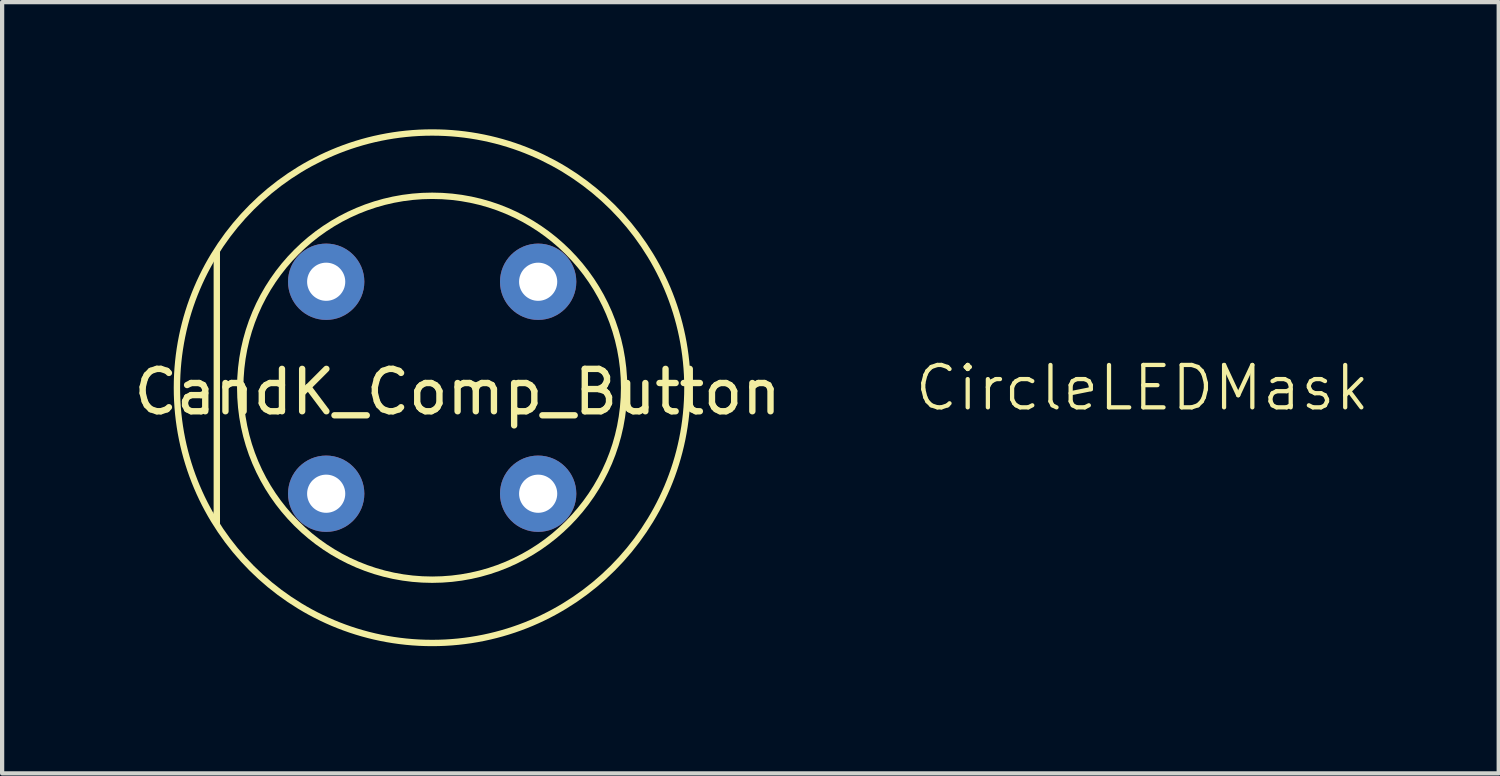
<source format=kicad_pcb>
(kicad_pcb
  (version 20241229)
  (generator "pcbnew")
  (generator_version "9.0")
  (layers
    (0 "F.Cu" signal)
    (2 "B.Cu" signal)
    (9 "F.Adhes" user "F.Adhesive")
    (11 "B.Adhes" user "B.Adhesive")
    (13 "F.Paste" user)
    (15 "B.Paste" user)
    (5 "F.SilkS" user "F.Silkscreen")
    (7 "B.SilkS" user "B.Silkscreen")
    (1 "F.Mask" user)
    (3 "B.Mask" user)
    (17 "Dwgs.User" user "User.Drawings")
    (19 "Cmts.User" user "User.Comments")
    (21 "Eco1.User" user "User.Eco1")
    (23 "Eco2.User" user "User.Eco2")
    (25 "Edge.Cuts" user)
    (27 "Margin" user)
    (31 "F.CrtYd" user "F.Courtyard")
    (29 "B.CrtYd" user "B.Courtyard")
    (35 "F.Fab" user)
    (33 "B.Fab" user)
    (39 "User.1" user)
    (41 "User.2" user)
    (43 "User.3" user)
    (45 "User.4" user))
  (footprint "CandK_Comp_Button"
    (layer "F.Cu")
    (at 7.144 6.096)
    (property "Reference" "CandK_Comp_Button" (at 0.6 0.1 0) (layer "F.SilkS") (effects (font (size 1 1) (thickness 0.15))))
    (attr through_hole)
    (fp_line (start -5.08 -3.202) (end -5.08 3.148) (stroke (width 0.15) (type solid)) (layer "F.SilkS"))
    (fp_line (start -5.08 2.948) (end -5.08 3.202) (stroke (width 0.15) (type solid)) (layer "F.SilkS"))
    (fp_circle (center 0 0) (end -0.5 -4.5) (stroke (width 0.15) (type solid)) (fill no) (layer "F.SilkS"))
    (fp_circle (center 0 0) (end 0.5 -6) (stroke (width 0.15) (type solid)) (fill no) (layer "F.SilkS"))
    (pad "1" thru_hole circle (at -2.5 -2.5) (size 1.8 1.8) (drill 0.9) (layers "*.Cu" "*.Mask"))
    (pad "1" thru_hole circle (at 2.5 -2.5) (size 1.8 1.8) (drill 0.9) (layers "*.Cu" "*.Mask"))
    (pad "2" thru_hole circle (at -2.5 2.5) (size 1.8 1.8) (drill 0.9) (layers "*.Cu" "*.Mask"))
    (pad "2" thru_hole circle (at 2.5 2.5) (size 1.8 1.8) (drill 0.9) (layers "*.Cu" "*.Mask")))
  (footprint "CircleLEDMask"
    (layer "F.Cu")
    (at 23.895 6.601)
    (property "Reference" "CircleLEDMask" (at 0 -0.5 0) (unlocked yes) (layer "F.SilkS") (effects (font (size 1 1) (thickness 0.1))))
    (attr smd)
    (fp_poly (pts (xy 0.261 -6.407) (xy 0.506 -6.391) (xy 0.749 -6.364) (xy 0.99 -6.328) (xy 1.461 -6.227) (xy 1.917 -6.09) (xy 2.355 -5.921) (xy 2.771 -5.724) (xy 3.162 -5.5) (xy 3.524 -5.252) (xy 3.856 -4.985) (xy 4.153 -4.701) (xy 4.412 -4.402) (xy 4.631 -4.092) (xy 4.724 -3.934) (xy 4.805 -3.775) (xy 4.875 -3.614) (xy 4.933 -3.452) (xy 4.978 -3.289) (xy 5.01 -3.127) (xy 5.028 -2.965) (xy 5.033 -2.803) (xy 5.011 -2.471) (xy 4.957 -2.122) (xy 4.873 -1.76) (xy 4.764 -1.389) (xy 4.632 -1.013) (xy 4.481 -0.636) (xy 4.314 -0.262) (xy 4.135 0.105) (xy 3.947 0.461) (xy 3.753 0.803) (xy 3.557 1.126) (xy 3.362 1.426) (xy 3.171 1.699) (xy 2.988 1.941) (xy 2.817 2.15) (xy 2.659 2.319) (xy 2.508 2.468) (xy 2.353 2.615) (xy 2.194 2.76) (xy 2.032 2.902) (xy 1.867 3.039) (xy 1.699 3.17) (xy 1.53 3.294) (xy 1.36 3.41) (xy 1.189 3.517) (xy 1.018 3.613) (xy 0.847 3.698) (xy 0.677 3.77) (xy 0.508 3.828) (xy 0.424 3.851) (xy 0.341 3.871) (xy 0.258 3.886) (xy 0.176 3.897) (xy 0.094 3.904) (xy 0.013 3.906) (xy -0.068 3.877) (xy -0.151 3.791) (xy -0.235 3.651) (xy -0.319 3.463) (xy -0.486 2.954) (xy -0.646 2.294) (xy -0.793 1.513) (xy -0.921 0.642) (xy -1.026 -0.291) (xy -1.102 -1.253) (xy -1.142 -2.215) (xy -1.143 -3.147) (xy -1.097 -4.019) (xy -1 -4.8) (xy -0.93 -5.147) (xy -0.846 -5.46) (xy -0.746 -5.735) (xy -0.629 -5.969) (xy -0.496 -6.157) (xy -0.345 -6.296) (xy -0.175 -6.383) (xy 0.013 -6.412) (xy 0.013 -6.412)) (stroke (width 0) (type solid)) (fill yes) (layer "F.Mask"))
    (fp_poly (pts (xy 0.013 -6.412) (xy 0.202 -6.382) (xy 0.372 -6.296) (xy 0.523 -6.157) (xy 0.656 -5.969) (xy 0.773 -5.735) (xy 0.873 -5.46) (xy 0.957 -5.147) (xy 1.027 -4.8) (xy 1.124 -4.019) (xy 1.17 -3.147) (xy 1.169 -2.215) (xy 1.129 -1.253) (xy 1.053 -0.29) (xy 0.948 0.642) (xy 0.82 1.513) (xy 0.673 2.294) (xy 0.513 2.954) (xy 0.346 3.463) (xy 0.262 3.651) (xy 0.178 3.791) (xy 0.095 3.877) (xy 0.013 3.906) (xy -0.067 3.904) (xy -0.149 3.897) (xy -0.231 3.886) (xy -0.314 3.871) (xy -0.481 3.828) (xy -0.65 3.77) (xy -0.82 3.698) (xy -0.991 3.613) (xy -1.162 3.517) (xy -1.334 3.41) (xy -1.504 3.294) (xy -1.673 3.17) (xy -1.84 3.039) (xy -2.005 2.902) (xy -2.167 2.76) (xy -2.327 2.615) (xy -2.482 2.467) (xy -2.633 2.319) (xy -2.79 2.149) (xy -2.962 1.941) (xy -3.145 1.699) (xy -3.335 1.425) (xy -3.53 1.125) (xy -3.726 0.803) (xy -3.92 0.461) (xy -4.108 0.105) (xy -4.288 -0.262) (xy -4.454 -0.636) (xy -4.605 -1.013) (xy -4.737 -1.389) (xy -4.846 -1.76) (xy -4.93 -2.121) (xy -4.961 -2.298) (xy -4.984 -2.47) (xy -4.999 -2.639) (xy -5.006 -2.803) (xy -5.001 -2.964) (xy -4.983 -3.126) (xy -4.951 -3.289) (xy -4.906 -3.451) (xy -4.848 -3.613) (xy -4.778 -3.774) (xy -4.697 -3.934) (xy -4.604 -4.092) (xy -4.5 -4.248) (xy -4.385 -4.401) (xy -4.26 -4.552) (xy -4.126 -4.7) (xy -3.982 -4.844) (xy -3.829 -4.985) (xy -3.667 -5.121) (xy -3.497 -5.252) (xy -3.32 -5.378) (xy -3.134 -5.499) (xy -2.942 -5.614) (xy -2.744 -5.723) (xy -2.539 -5.826) (xy -2.328 -5.921) (xy -2.112 -6.009) (xy -1.89 -6.09) (xy -1.664 -6.162) (xy -1.434 -6.226) (xy -1.2 -6.281) (xy -0.963 -6.327) (xy -0.722 -6.364) (xy -0.479 -6.39) (xy -0.234 -6.406) (xy 0.013 -6.412)) (stroke (width 0) (type solid)) (fill yes) (layer "F.Mask"))
    (fp_poly (pts (xy -0.261 -6.407) (xy -0.506 -6.391) (xy -0.749 -6.364) (xy -0.99 -6.328) (xy -1.461 -6.227) (xy -1.917 -6.09) (xy -2.355 -5.921) (xy -2.771 -5.724) (xy -3.162 -5.5) (xy -3.524 -5.252) (xy -3.856 -4.985) (xy -4.153 -4.701) (xy -4.412 -4.402) (xy -4.631 -4.092) (xy -4.724 -3.934) (xy -4.805 -3.775) (xy -4.875 -3.614) (xy -4.933 -3.452) (xy -4.978 -3.289) (xy -5.01 -3.127) (xy -5.028 -2.965) (xy -5.033 -2.803) (xy -5.011 -2.471) (xy -4.957 -2.122) (xy -4.873 -1.76) (xy -4.764 -1.389) (xy -4.632 -1.013) (xy -4.481 -0.636) (xy -4.314 -0.262) (xy -4.135 0.105) (xy -3.947 0.461) (xy -3.753 0.803) (xy -3.557 1.126) (xy -3.362 1.426) (xy -3.171 1.699) (xy -2.988 1.941) (xy -2.817 2.15) (xy -2.659 2.319) (xy -2.508 2.468) (xy -2.353 2.615) (xy -2.194 2.76) (xy -2.032 2.902) (xy -1.867 3.039) (xy -1.699 3.17) (xy -1.53 3.294) (xy -1.36 3.41) (xy -1.189 3.517) (xy -1.018 3.613) (xy -0.847 3.698) (xy -0.677 3.77) (xy -0.508 3.828) (xy -0.424 3.851) (xy -0.341 3.871) (xy -0.258 3.886) (xy -0.176 3.897) (xy -0.094 3.904) (xy -0.013 3.906) (xy 0.068 3.877) (xy 0.151 3.791) (xy 0.235 3.651) (xy 0.319 3.463) (xy 0.486 2.954) (xy 0.646 2.294) (xy 0.793 1.513) (xy 0.921 0.642) (xy 1.026 -0.291) (xy 1.102 -1.253) (xy 1.142 -2.215) (xy 1.143 -3.147) (xy 1.097 -4.019) (xy 1 -4.8) (xy 0.93 -5.147) (xy 0.846 -5.46) (xy 0.746 -5.735) (xy 0.629 -5.969) (xy 0.496 -6.157) (xy 0.345 -6.296) (xy 0.175 -6.383) (xy -0.013 -6.412) (xy -0.013 -6.412)) (stroke (width 0) (type solid)) (fill yes) (layer "B.Mask"))
    (fp_poly (pts (xy -0.013 -6.412) (xy -0.202 -6.382) (xy -0.372 -6.296) (xy -0.523 -6.157) (xy -0.656 -5.969) (xy -0.773 -5.735) (xy -0.873 -5.46) (xy -0.957 -5.147) (xy -1.027 -4.8) (xy -1.124 -4.019) (xy -1.17 -3.147) (xy -1.169 -2.215) (xy -1.129 -1.253) (xy -1.053 -0.29) (xy -0.948 0.642) (xy -0.82 1.513) (xy -0.673 2.294) (xy -0.513 2.954) (xy -0.346 3.463) (xy -0.262 3.651) (xy -0.178 3.791) (xy -0.095 3.877) (xy -0.013 3.906) (xy 0.067 3.904) (xy 0.149 3.897) (xy 0.231 3.886) (xy 0.314 3.871) (xy 0.481 3.828) (xy 0.65 3.77) (xy 0.82 3.698) (xy 0.991 3.613) (xy 1.162 3.517) (xy 1.334 3.41) (xy 1.504 3.294) (xy 1.673 3.17) (xy 1.84 3.039) (xy 2.005 2.902) (xy 2.167 2.76) (xy 2.327 2.615) (xy 2.482 2.467) (xy 2.633 2.319) (xy 2.79 2.149) (xy 2.962 1.941) (xy 3.145 1.699) (xy 3.335 1.425) (xy 3.53 1.125) (xy 3.726 0.803) (xy 3.92 0.461) (xy 4.108 0.105) (xy 4.288 -0.262) (xy 4.454 -0.636) (xy 4.605 -1.013) (xy 4.737 -1.389) (xy 4.846 -1.76) (xy 4.93 -2.121) (xy 4.961 -2.298) (xy 4.984 -2.47) (xy 4.999 -2.639) (xy 5.006 -2.803) (xy 5.001 -2.964) (xy 4.983 -3.126) (xy 4.951 -3.289) (xy 4.906 -3.451) (xy 4.848 -3.613) (xy 4.778 -3.774) (xy 4.697 -3.934) (xy 4.604 -4.092) (xy 4.5 -4.248) (xy 4.385 -4.401) (xy 4.26 -4.552) (xy 4.126 -4.7) (xy 3.982 -4.844) (xy 3.829 -4.985) (xy 3.667 -5.121) (xy 3.497 -5.252) (xy 3.32 -5.378) (xy 3.134 -5.499) (xy 2.942 -5.614) (xy 2.744 -5.723) (xy 2.539 -5.826) (xy 2.328 -5.921) (xy 2.112 -6.009) (xy 1.89 -6.09) (xy 1.664 -6.162) (xy 1.434 -6.226) (xy 1.2 -6.281) (xy 0.963 -6.327) (xy 0.722 -6.364) (xy 0.479 -6.39) (xy 0.234 -6.406) (xy -0.013 -6.412)) (stroke (width 0) (type solid)) (fill yes) (layer "B.Mask"))
    (zone (net_name "") (layers "F.Cu" "B.Cu") (hatch edge 0.5) (connect_pads) (min_thickness 0.25) (filled_areas_thickness no) (keepout (tracks allowed) (vias allowed) (pads allowed) (copperpour not_allowed) (footprints allowed)) (placement (enabled no)) (fill) (polygon (pts (xy 23.91 0.002) (xy 24.099 0.032) (xy 24.159 0.051) (xy 24.328 0.138) (xy 24.373 0.169) (xy 24.524 0.308) (xy 24.552 0.339) (xy 24.686 0.528) (xy 24.701 0.554) (xy 24.818 0.788) (xy 24.827 0.809) (xy 24.927 1.084) (xy 24.932 1.1) (xy 25.017 1.413) (xy 25.02 1.426) (xy 25.089 1.773) (xy 25.091 1.788) (xy 25.189 2.569) (xy 25.19 2.583) (xy 25.235 3.454) (xy 25.236 3.465) (xy 25.235 4.397) (xy 25.235 4.405) (xy 25.194 5.368) (xy 25.194 5.375) (xy 25.118 6.337) (xy 25.118 6.344) (xy 25.013 7.276) (xy 25.012 7.283) (xy 24.883 8.155) (xy 24.882 8.162) (xy 24.735 8.943) (xy 24.733 8.953) (xy 24.574 9.613) (xy 24.569 9.629) (xy 24.402 10.138) (xy 24.395 10.157) (xy 24.311 10.345) (xy 24.299 10.367) (xy 24.215 10.506) (xy 24.188 10.542) (xy 24.105 10.628) (xy 24.031 10.677) (xy 24.029 10.677) (xy 23.948 10.707) (xy 23.874 10.719) (xy 23.793 10.716) (xy 23.782 10.716) (xy 23.701 10.709) (xy 23.69 10.708) (xy 23.608 10.697) (xy 23.599 10.695) (xy 23.516 10.68) (xy 23.507 10.678) (xy 23.423 10.658) (xy 23.415 10.656) (xy 23.331 10.633) (xy 23.32 10.629) (xy 23.151 10.572) (xy 23.138 10.567) (xy 22.968 10.495) (xy 22.957 10.49) (xy 22.786 10.405) (xy 22.777 10.4) (xy 22.606 10.304) (xy 22.598 10.299) (xy 22.427 10.192) (xy 22.42 10.188) (xy 22.25 10.072) (xy 22.244 10.068) (xy 22.075 9.944) (xy 22.07 9.94) (xy 21.903 9.809) (xy 21.899 9.805) (xy 21.734 9.668) (xy 21.73 9.665) (xy 21.568 9.523) (xy 21.564 9.52) (xy 21.405 9.375) (xy 21.402 9.372) (xy 21.247 9.225) (xy 21.245 9.222) (xy 21.093 9.074) (xy 21.087 9.067) (xy 20.93 8.898) (xy 20.922 8.889) (xy 20.75 8.681) (xy 20.745 8.674) (xy 20.562 8.432) (xy 20.558 8.426) (xy 20.367 8.152) (xy 20.363 8.147) (xy 20.168 7.847) (xy 20.165 7.842) (xy 19.969 7.519) (xy 19.966 7.514) (xy 19.772 7.172) (xy 19.769 7.167) (xy 19.581 6.811) (xy 19.578 6.805) (xy 19.399 6.438) (xy 19.396 6.432) (xy 19.229 6.058) (xy 19.226 6.05) (xy 19.075 5.673) (xy 19.072 5.665) (xy 18.94 5.289) (xy 18.937 5.28) (xy 18.828 4.909) (xy 18.825 4.897) (xy 18.741 4.535) (xy 18.738 4.521) (xy 18.684 4.172) (xy 18.682 4.154) (xy 18.66 3.822) (xy 18.66 3.803) (xy 18.665 3.642) (xy 18.666 3.625) (xy 18.684 3.463) (xy 18.687 3.447) (xy 18.719 3.284) (xy 18.722 3.27) (xy 18.767 3.107) (xy 18.772 3.094) (xy 18.829 2.932) (xy 18.834 2.919) (xy 18.904 2.758) (xy 18.909 2.747) (xy 18.991 2.587) (xy 18.997 2.577) (xy 19.09 2.419) (xy 19.099 2.405) (xy 19.317 2.095) (xy 19.33 2.079) (xy 19.589 1.781) (xy 19.602 1.767) (xy 19.899 1.483) (xy 19.912 1.472) (xy 20.243 1.204) (xy 20.256 1.195) (xy 20.619 0.947) (xy 20.632 0.939) (xy 21.023 0.715) (xy 21.036 0.708) (xy 21.452 0.51) (xy 21.466 0.504) (xy 21.904 0.336) (xy 21.918 0.331) (xy 22.374 0.194) (xy 22.39 0.19) (xy 22.861 0.089) (xy 22.873 0.087) (xy 23.114 0.05) (xy 23.122 0.049) (xy 23.365 0.023) (xy 23.374 0.022) (xy 23.619 0.006) (xy 23.628 0.006) (xy 23.875 0.000049) (xy 23.879 0) (xy 23.879 0))))
    (zone (net_name "") (layers "F.Cu" "B.Cu") (hatch edge 0.5) (connect_pads) (min_thickness 0.25) (filled_areas_thickness no) (keepout (tracks allowed) (vias allowed) (pads allowed) (copperpour not_allowed) (footprints allowed)) (placement (enabled no)) (fill) (polygon (pts (xy 24.131 0.006) (xy 24.14 0.006) (xy 24.385 0.022) (xy 24.394 0.023) (xy 24.637 0.05) (xy 24.645 0.051) (xy 24.886 0.087) (xy 24.894 0.089) (xy 25.131 0.135) (xy 25.139 0.136) (xy 25.373 0.191) (xy 25.381 0.193) (xy 25.611 0.257) (xy 25.618 0.26) (xy 25.844 0.332) (xy 25.852 0.335) (xy 26.073 0.415) (xy 26.08 0.418) (xy 26.296 0.506) (xy 26.303 0.509) (xy 26.514 0.605) (xy 26.521 0.608) (xy 26.726 0.71) (xy 26.733 0.714) (xy 26.931 0.823) (xy 26.938 0.827) (xy 27.13 0.942) (xy 27.137 0.946) (xy 27.322 1.067) (xy 27.328 1.071) (xy 27.506 1.197) (xy 27.513 1.202) (xy 27.682 1.334) (xy 27.689 1.339) (xy 27.85 1.475) (xy 27.857 1.48) (xy 28.01 1.621) (xy 28.016 1.627) (xy 28.16 1.771) (xy 28.167 1.778) (xy 28.301 1.925) (xy 28.307 1.933) (xy 28.432 2.083) (xy 28.438 2.091) (xy 28.553 2.245) (xy 28.559 2.254) (xy 28.663 2.41) (xy 28.669 2.419) (xy 28.762 2.577) (xy 28.768 2.588) (xy 28.849 2.747) (xy 28.855 2.759) (xy 28.924 2.92) (xy 28.929 2.932) (xy 28.987 3.094) (xy 28.991 3.108) (xy 29.036 3.27) (xy 29.04 3.285) (xy 29.072 3.447) (xy 29.074 3.463) (xy 29.093 3.625) (xy 29.094 3.642) (xy 29.099 3.804) (xy 29.099 3.818) (xy 29.092 3.982) (xy 29.092 3.991) (xy 29.076 4.16) (xy 29.075 4.169) (xy 29.052 4.341) (xy 29.051 4.349) (xy 29.02 4.525) (xy 29.018 4.536) (xy 28.934 4.898) (xy 28.931 4.909) (xy 28.822 5.28) (xy 28.819 5.29) (xy 28.687 5.666) (xy 28.684 5.674) (xy 28.533 6.051) (xy 28.53 6.058) (xy 28.363 6.432) (xy 28.36 6.438) (xy 28.181 6.805) (xy 28.178 6.811) (xy 27.99 7.167) (xy 27.987 7.172) (xy 27.793 7.514) (xy 27.79 7.519) (xy 27.594 7.842) (xy 27.591 7.847) (xy 27.396 8.147) (xy 27.392 8.152) (xy 27.202 8.425) (xy 27.197 8.431) (xy 27.015 8.674) (xy 27.009 8.681) (xy 26.837 8.889) (xy 26.83 8.897) (xy 26.673 9.067) (xy 26.666 9.073) (xy 26.515 9.222) (xy 26.513 9.225) (xy 26.357 9.372) (xy 26.354 9.375) (xy 26.195 9.52) (xy 26.192 9.523) (xy 26.03 9.665) (xy 26.026 9.668) (xy 25.861 9.805) (xy 25.857 9.808) (xy 25.689 9.939) (xy 25.684 9.943) (xy 25.515 10.067) (xy 25.509 10.072) (xy 25.339 10.188) (xy 25.332 10.192) (xy 25.161 10.299) (xy 25.154 10.304) (xy 24.982 10.4) (xy 24.973 10.405) (xy 24.802 10.49) (xy 24.791 10.495) (xy 24.621 10.566) (xy 24.608 10.571) (xy 24.439 10.629) (xy 24.424 10.634) (xy 24.256 10.677) (xy 24.243 10.68) (xy 24.16 10.695) (xy 24.151 10.697) (xy 24.069 10.708) (xy 24.058 10.709) (xy 23.977 10.716) (xy 23.966 10.716) (xy 23.885 10.719) (xy 23.811 10.707) (xy 23.73 10.677) (xy 23.655 10.629) (xy 23.654 10.628) (xy 23.571 10.542) (xy 23.544 10.506) (xy 23.46 10.367) (xy 23.448 10.345) (xy 23.364 10.157) (xy 23.357 10.138) (xy 23.19 9.629) (xy 23.185 9.614) (xy 23.026 8.954) (xy 23.024 8.943) (xy 22.877 8.163) (xy 22.876 8.155) (xy 22.747 7.283) (xy 22.746 7.276) (xy 22.641 6.344) (xy 22.641 6.338) (xy 22.565 5.375) (xy 22.565 5.368) (xy 22.524 4.406) (xy 22.524 4.397) (xy 22.523 3.465) (xy 22.524 3.455) (xy 22.569 2.583) (xy 22.57 2.569) (xy 22.668 1.788) (xy 22.67 1.773) (xy 22.739 1.426) (xy 22.742 1.413) (xy 22.827 1.1) (xy 22.832 1.084) (xy 22.932 0.809) (xy 22.941 0.788) (xy 23.058 0.555) (xy 23.073 0.528) (xy 23.207 0.34) (xy 23.235 0.308) (xy 23.386 0.169) (xy 23.431 0.138) (xy 23.6 0.052) (xy 23.66 0.032) (xy 23.848 0.003) (xy 23.849 0.004) (xy 23.884 0.000431)))))
  (gr_rect
    (start -3 -3)
    (end 32.302 15.192)
    (stroke (width 0.1) (type default))
    (fill no)
    (layer "Edge.Cuts")))
</source>
